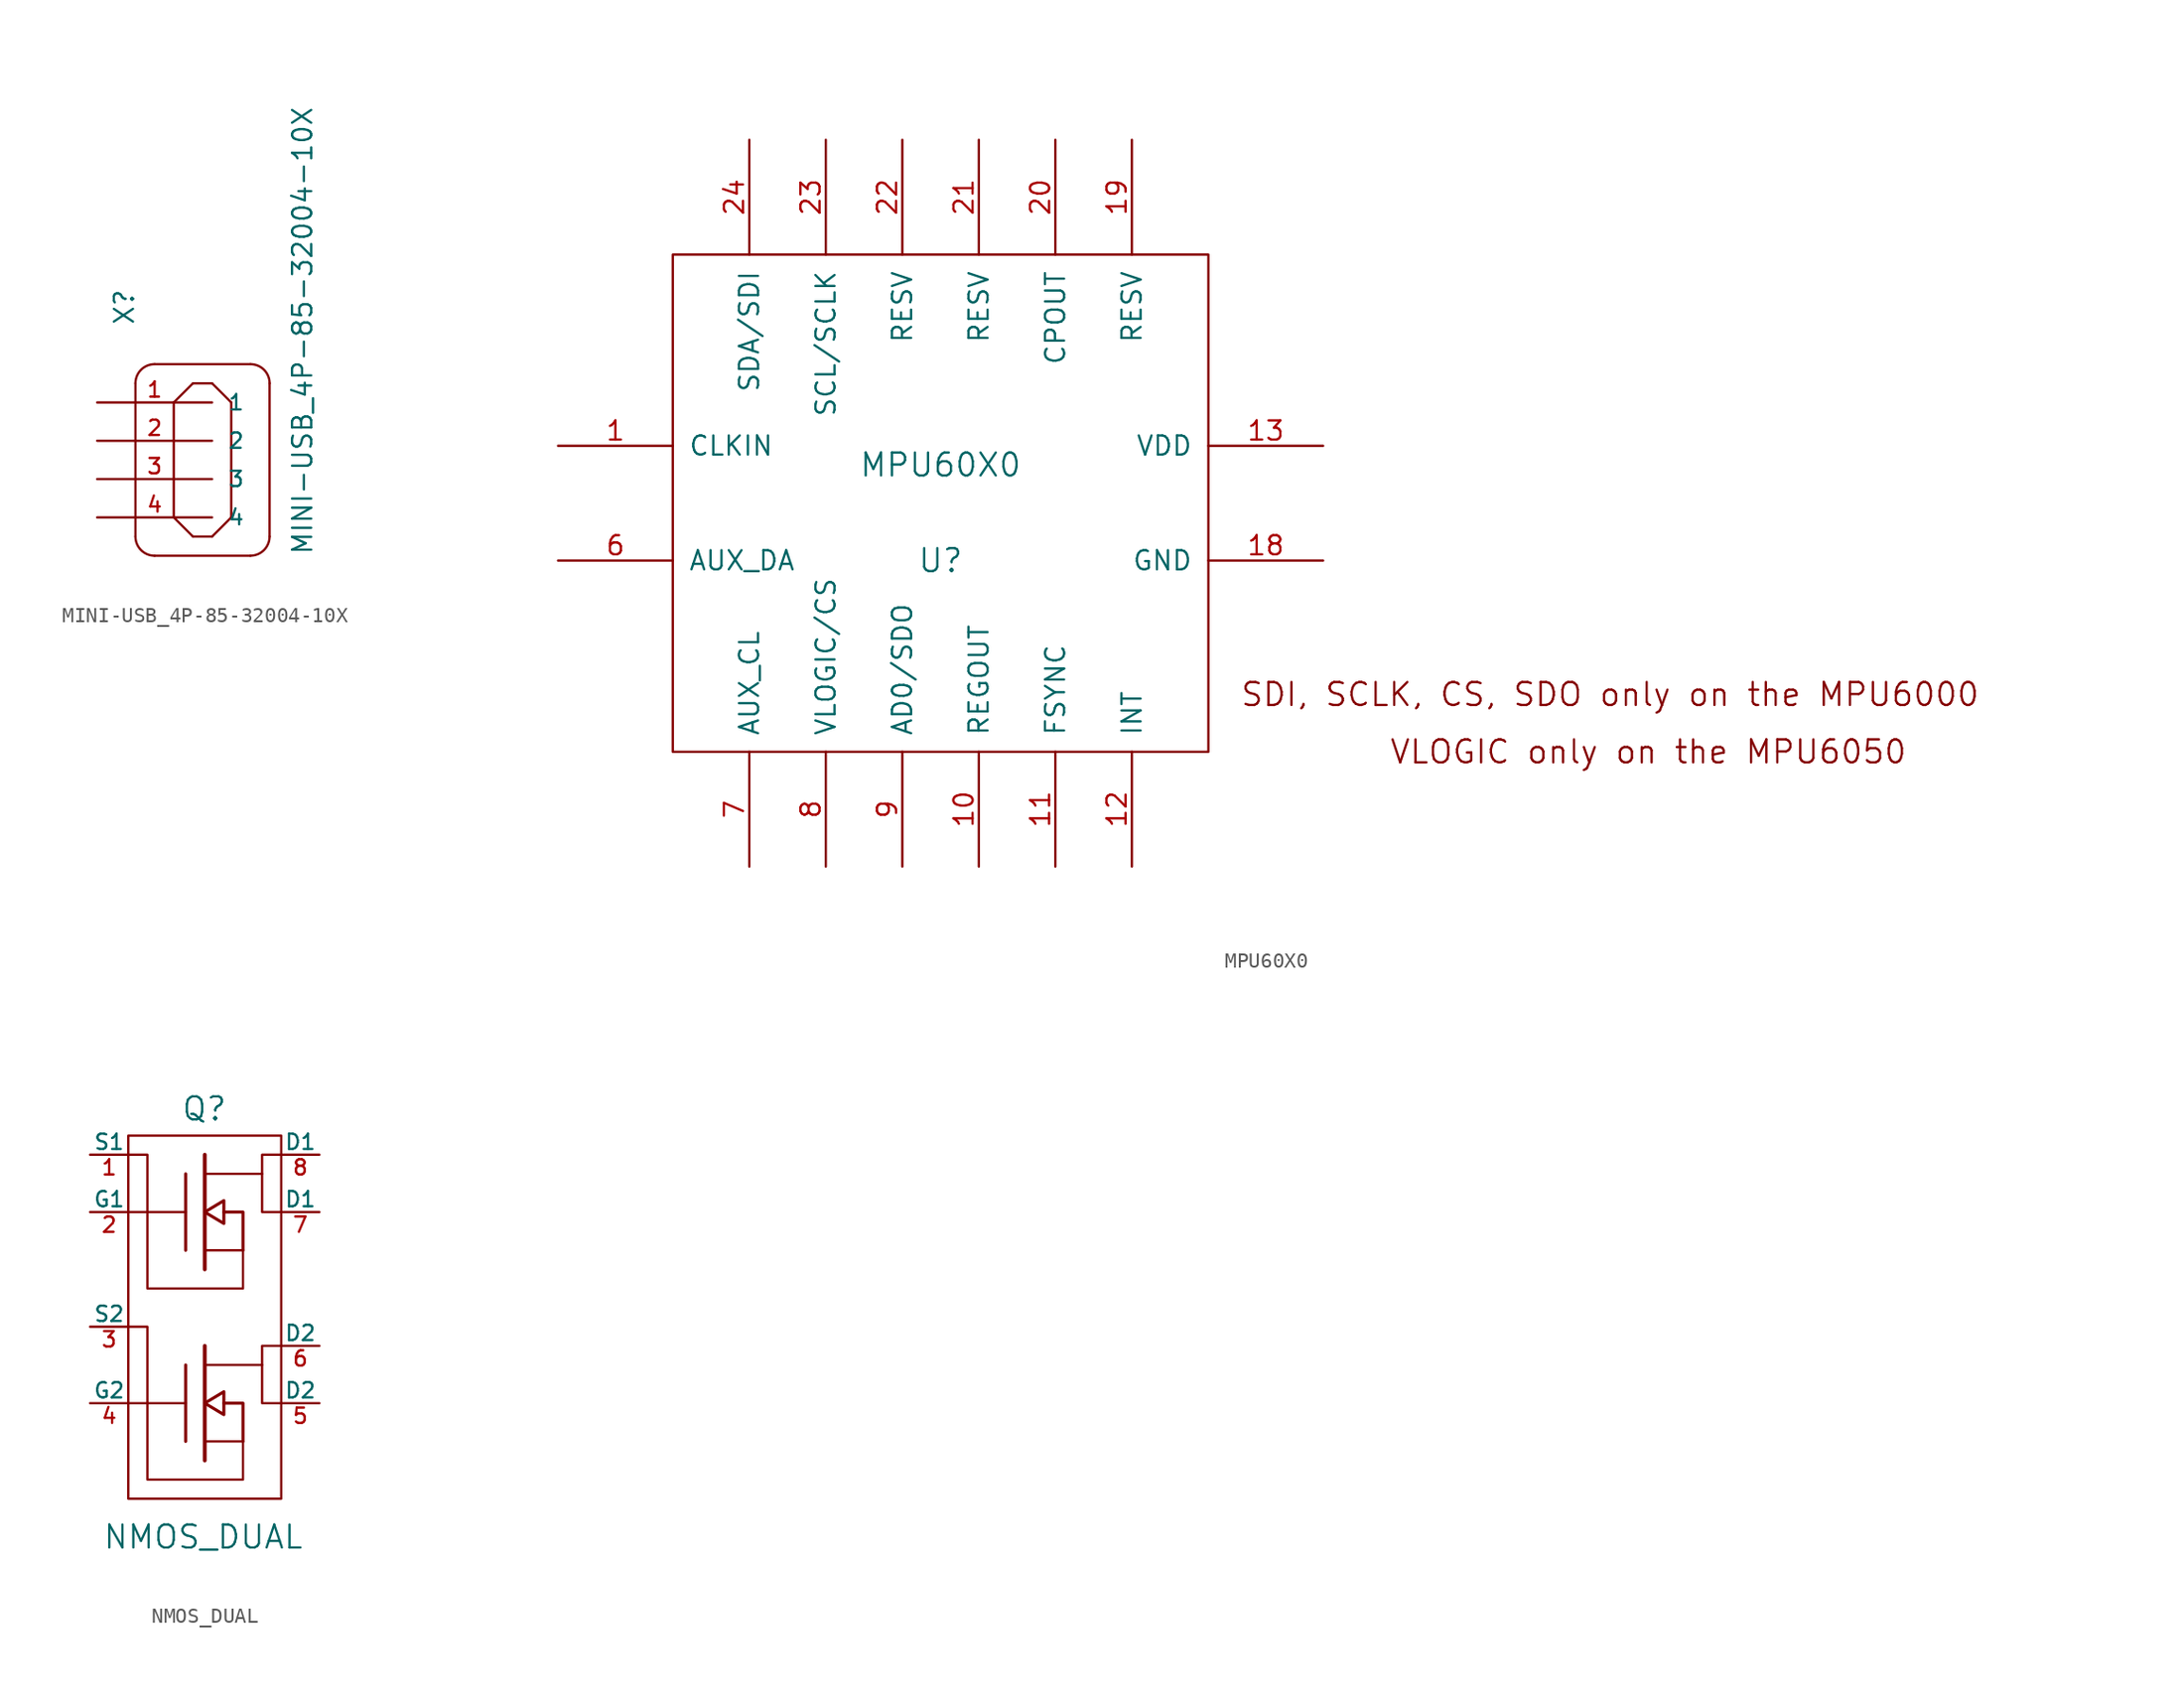
<source format=kicad_sym>
(kicad_symbol_lib
  (version 20231120)
  (generator "kicad_symbol_editor")
  (generator_version "8.0")
  (symbol "MINI-USB_4P-85-32004-10X"
    (pin_names
      (offset 1.016))
    (property "Reference" "X"
      (at -2.54 10.16 90)
      (effects (font (size 1.27 1.27)) (justify left bottom)))
    (property "Value" "MINI-USB_4P-85-32004-10X"
      (at 9.271 -5.08 90)
      (effects (font (size 1.27 1.27)) (justify left bottom)))
    (property "Datasheet" ""
      (at 0 0 0)
      (effects (font (size 1.524 1.524))))
    (property "ki_locked" ""
      (at 0 0 0)
      (effects (font (size 1.27 1.27))))
    (symbol "MINI-USB_4P-85-32004-10X_1_0"
      (polyline (pts (xy -2.54 6.35) (xy -2.54 -3.81)) (stroke (width 0) (type solid)) (fill (type none)))
      (polyline (pts (xy -1.27 -5.08) (xy 5.08 -5.08)) (stroke (width 0) (type solid)) (fill (type none)))
      (polyline (pts (xy -1.27 7.62) (xy 5.08 7.62)) (stroke (width 0) (type solid)) (fill (type none)))
      (polyline (pts (xy 0 -2.54) (xy 1.27 -3.81)) (stroke (width 0) (type solid)) (fill (type none)))
      (polyline (pts (xy 0 5.08) (xy 0 -2.54)) (stroke (width 0) (type solid)) (fill (type none)))
      (polyline (pts (xy 1.27 -3.81) (xy 2.54 -3.81)) (stroke (width 0) (type solid)) (fill (type none)))
      (polyline (pts (xy 1.27 6.35) (xy 0 5.08)) (stroke (width 0) (type solid)) (fill (type none)))
      (polyline (pts (xy 2.54 -3.81) (xy 3.81 -2.54)) (stroke (width 0) (type solid)) (fill (type none)))
      (polyline (pts (xy 2.54 6.35) (xy 1.27 6.35)) (stroke (width 0) (type solid)) (fill (type none)))
      (polyline (pts (xy 2.54 6.35) (xy 3.81 5.08)) (stroke (width 0) (type solid)) (fill (type none)))
      (polyline (pts (xy 3.81 -2.54) (xy 3.81 5.08)) (stroke (width 0) (type solid)) (fill (type none)))
      (polyline (pts (xy 6.35 -3.81) (xy 6.35 6.35)) (stroke (width 0) (type solid)) (fill (type none))))
    (symbol "MINI-USB_4P-85-32004-10X_1_1"
      (arc (start -2.54 -3.81) (mid -2.168 -4.708) (end -1.27 -5.08) (stroke (width 0) (type solid)) (fill (type none)))
      (arc (start -1.27 7.62) (mid -2.168 7.248) (end -2.54 6.35) (stroke (width 0) (type solid)) (fill (type none)))
      (arc (start 5.08 -5.08) (mid 5.978 -4.708) (end 6.35 -3.81) (stroke (width 0) (type solid)) (fill (type none)))
      (arc (start 6.35 6.35) (mid 5.978 7.248) (end 5.08 7.62) (stroke (width 0) (type solid)) (fill (type none)))
      (pin passive line (at -5.08 5.08 0) (length 7.62) (name "1" (effects (font (size 1.016 1.016)))) (number "1" (effects (font (size 1.016 1.016)))))
      (pin passive line (at -5.08 2.54 0) (length 7.62) (name "2" (effects (font (size 1.016 1.016)))) (number "2" (effects (font (size 1.016 1.016)))))
      (pin passive line (at -5.08 0 0) (length 7.62) (name "3" (effects (font (size 1.016 1.016)))) (number "3" (effects (font (size 1.016 1.016)))))
      (pin passive line (at -5.08 -2.54 0) (length 7.62) (name "4" (effects (font (size 1.016 1.016)))) (number "4" (effects (font (size 1.016 1.016)))))))
  (symbol "MPU60X0"
    (pin_names
      (offset 1.016))
    (property "Reference" "U"
      (at 0 -3.81 0)
      (effects (font (size 1.524 1.524))))
    (property "Value" "MPU60X0"
      (at 0 2.54 0)
      (effects (font (size 1.524 1.524))))
    (property "Footprint" ""
      (at 0 0 0)
      (effects (font (size 1.524 1.524))))
    (property "Datasheet" ""
      (at 0 0 0)
      (effects (font (size 1.524 1.524))))
    (symbol "MPU60X0_0_0"
      (text "SDI, SCLK, CS, SDO only on the MPU6000" (at 44.45 -12.7 0) (effects (font (size 1.524 1.524))))
      (text "VLOGIC only on the MPU6050" (at 46.99 -16.51 0) (effects (font (size 1.524 1.524)))))
    (symbol "MPU60X0_0_1"
      (rectangle (start -17.78 16.51) (end 17.78 -16.51) (stroke (width 0) (type solid)) (fill (type none))))
    (symbol "MPU60X0_1_1"
      (pin input line (at -25.4 3.81 0) (length 7.62) (name "CLKIN" (effects (font (size 1.27 1.27)))) (number "1" (effects (font (size 1.27 1.27)))))
      (pin input line (at 2.54 -24.13 90) (length 7.62) (name "REGOUT" (effects (font (size 1.27 1.27)))) (number "10" (effects (font (size 1.27 1.27)))))
      (pin input line (at 7.62 -24.13 90) (length 7.62) (name "FSYNC" (effects (font (size 1.27 1.27)))) (number "11" (effects (font (size 1.27 1.27)))))
      (pin input line (at 12.7 -24.13 90) (length 7.62) (name "INT" (effects (font (size 1.27 1.27)))) (number "12" (effects (font (size 1.27 1.27)))))
      (pin power_in line (at 25.4 3.81 180) (length 7.62) (name "VDD" (effects (font (size 1.27 1.27)))) (number "13" (effects (font (size 1.27 1.27)))))
      (pin power_in line (at 25.4 -3.81 180) (length 7.62) (name "GND" (effects (font (size 1.27 1.27)))) (number "18" (effects (font (size 1.27 1.27)))))
      (pin input line (at 12.7 24.13 270) (length 7.62) (name "RESV" (effects (font (size 1.27 1.27)))) (number "19" (effects (font (size 1.27 1.27)))))
      (pin input line (at 7.62 24.13 270) (length 7.62) (name "CPOUT" (effects (font (size 1.27 1.27)))) (number "20" (effects (font (size 1.27 1.27)))))
      (pin input line (at 2.54 24.13 270) (length 7.62) (name "RESV" (effects (font (size 1.27 1.27)))) (number "21" (effects (font (size 1.27 1.27)))))
      (pin input line (at -2.54 24.13 270) (length 7.62) (name "RESV" (effects (font (size 1.27 1.27)))) (number "22" (effects (font (size 1.27 1.27)))))
      (pin input line (at -7.62 24.13 270) (length 7.62) (name "SCL/SCLK" (effects (font (size 1.27 1.27)))) (number "23" (effects (font (size 1.27 1.27)))))
      (pin input line (at -12.7 24.13 270) (length 7.62) (name "SDA/SDI" (effects (font (size 1.27 1.27)))) (number "24" (effects (font (size 1.27 1.27)))))
      (pin input line (at -25.4 -3.81 0) (length 7.62) (name "AUX_DA" (effects (font (size 1.27 1.27)))) (number "6" (effects (font (size 1.27 1.27)))))
      (pin input line (at -12.7 -24.13 90) (length 7.62) (name "AUX_CL" (effects (font (size 1.27 1.27)))) (number "7" (effects (font (size 1.27 1.27)))))
      (pin input line (at -7.62 -24.13 90) (length 7.62) (name "VLOGIC/CS" (effects (font (size 1.27 1.27)))) (number "8" (effects (font (size 1.27 1.27)))))
      (pin input line (at -2.54 -24.13 90) (length 7.62) (name "AD0/SDO" (effects (font (size 1.27 1.27)))) (number "9" (effects (font (size 1.27 1.27)))))))
  (symbol "NMOS_DUAL"
    (pin_names
      (offset 0))
    (property "Reference" "Q"
      (at 1.524 13.208 0)
      (effects (font (size 1.524 1.524)) (justify right)))
    (property "Value" "NMOS_DUAL"
      (at 6.604 -15.24 0)
      (effects (font (size 1.524 1.524)) (justify right)))
    (property "Footprint" ""
      (at 0 0 0)
      (effects (font (size 1.524 1.524))))
    (property "Datasheet" ""
      (at 0 0 0)
      (effects (font (size 1.524 1.524))))
    (symbol "NMOS_DUAL_0_1"
      (rectangle (start -5.08 11.43) (end 5.08 -12.7) (stroke (width 0) (type solid)) (fill (type none)))
      (polyline (pts (xy -5.08 -6.35) (xy -3.81 -6.35)) (stroke (width 0) (type solid)) (fill (type none)))
      (polyline (pts (xy -5.08 6.35) (xy -3.81 6.35)) (stroke (width 0) (type solid)) (fill (type none)))
      (polyline (pts (xy -3.81 -6.35) (xy -1.27 -6.35)) (stroke (width 0) (type solid)) (fill (type none)))
      (polyline (pts (xy -3.81 6.35) (xy -1.27 6.35)) (stroke (width 0) (type solid)) (fill (type none)))
      (polyline (pts (xy -1.27 -8.89) (xy -1.27 -3.81)) (stroke (width 0.203) (type solid)) (fill (type none)))
      (polyline (pts (xy -1.27 3.81) (xy -1.27 8.89)) (stroke (width 0.203) (type solid)) (fill (type none)))
      (polyline (pts (xy 0 -10.16) (xy 0 -2.54)) (stroke (width 0.254) (type solid)) (fill (type none)))
      (polyline (pts (xy 0 -3.81) (xy 3.81 -3.81)) (stroke (width 0) (type solid)) (fill (type none)))
      (polyline (pts (xy 0 2.54) (xy 0 10.16)) (stroke (width 0.254) (type solid)) (fill (type none)))
      (polyline (pts (xy 0 8.89) (xy 3.81 8.89)) (stroke (width 0) (type solid)) (fill (type none)))
      (polyline (pts (xy 2.54 -8.89) (xy 0 -8.89)) (stroke (width 0) (type solid)) (fill (type none)))
      (polyline (pts (xy 2.54 3.81) (xy 0 3.81)) (stroke (width 0) (type solid)) (fill (type none)))
      (polyline (pts (xy 2.54 -8.89) (xy 2.54 -6.35) (xy 1.27 -6.35)) (stroke (width 0.203) (type solid)) (fill (type none)))
      (polyline (pts (xy 2.54 3.81) (xy 2.54 6.35) (xy 1.27 6.35)) (stroke (width 0.203) (type solid)) (fill (type none)))
      (polyline (pts (xy 5.08 -2.54) (xy 3.81 -2.54) (xy 3.81 -6.35) (xy 5.08 -6.35)) (stroke (width 0) (type solid)) (fill (type none)))
      (polyline (pts (xy 5.08 10.16) (xy 3.81 10.16) (xy 3.81 6.35) (xy 5.08 6.35)) (stroke (width 0) (type solid)) (fill (type none)))
      (polyline (pts (xy -5.08 -1.27) (xy -3.81 -1.27) (xy -3.81 -11.43) (xy 2.54 -11.43) (xy 2.54 -8.89)) (stroke (width 0) (type solid)) (fill (type none)))
      (polyline (pts (xy -5.08 10.16) (xy -3.81 10.16) (xy -3.81 1.27) (xy 2.54 1.27) (xy 2.54 3.81)) (stroke (width 0) (type solid)) (fill (type none)))
      (polyline (pts (xy 1.27 -5.588) (xy 1.27 -7.112) (xy 0 -6.35) (xy 1.27 -5.588) (xy 1.27 -5.588)) (stroke (width 0.203) (type solid)) (fill (type none)))
      (polyline (pts (xy 1.27 7.112) (xy 1.27 5.588) (xy 0 6.35) (xy 1.27 7.112) (xy 1.27 7.112)) (stroke (width 0.203) (type solid)) (fill (type none))))
    (symbol "NMOS_DUAL_1_1"
      (pin passive line (at -7.62 10.16 0) (length 2.54) (name "S1" (effects (font (size 1.016 1.016)))) (number "1" (effects (font (size 1.016 1.016)))))
      (pin input line (at -7.62 6.35 0) (length 2.54) (name "G1" (effects (font (size 1.016 1.016)))) (number "2" (effects (font (size 1.016 1.016)))))
      (pin passive line (at -7.62 -1.27 0) (length 2.54) (name "S2" (effects (font (size 1.016 1.016)))) (number "3" (effects (font (size 1.016 1.016)))))
      (pin input line (at -7.62 -6.35 0) (length 2.54) (name "G2" (effects (font (size 1.016 1.016)))) (number "4" (effects (font (size 1.016 1.016)))))
      (pin passive line (at 7.62 -6.35 180) (length 2.54) (name "D2" (effects (font (size 1.016 1.016)))) (number "5" (effects (font (size 1.016 1.016)))))
      (pin passive line (at 7.62 -2.54 180) (length 2.54) (name "D2" (effects (font (size 1.016 1.016)))) (number "6" (effects (font (size 1.016 1.016)))))
      (pin passive line (at 7.62 6.35 180) (length 2.54) (name "D1" (effects (font (size 1.016 1.016)))) (number "7" (effects (font (size 1.016 1.016)))))
      (pin passive line (at 7.62 10.16 180) (length 2.54) (name "D1" (effects (font (size 1.016 1.016)))) (number "8" (effects (font (size 1.016 1.016))))))))
</source>
